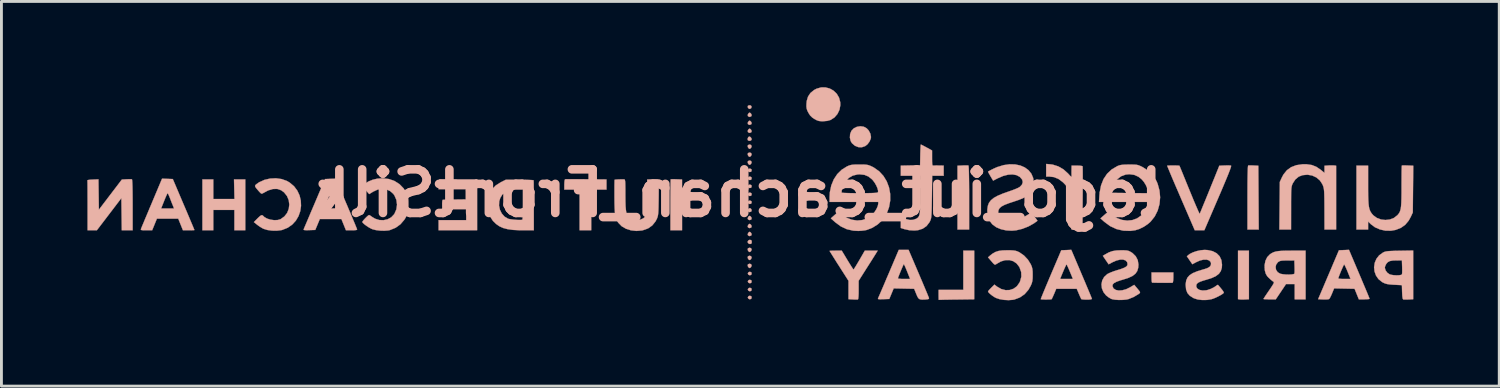
<source format=kicad_pcb>
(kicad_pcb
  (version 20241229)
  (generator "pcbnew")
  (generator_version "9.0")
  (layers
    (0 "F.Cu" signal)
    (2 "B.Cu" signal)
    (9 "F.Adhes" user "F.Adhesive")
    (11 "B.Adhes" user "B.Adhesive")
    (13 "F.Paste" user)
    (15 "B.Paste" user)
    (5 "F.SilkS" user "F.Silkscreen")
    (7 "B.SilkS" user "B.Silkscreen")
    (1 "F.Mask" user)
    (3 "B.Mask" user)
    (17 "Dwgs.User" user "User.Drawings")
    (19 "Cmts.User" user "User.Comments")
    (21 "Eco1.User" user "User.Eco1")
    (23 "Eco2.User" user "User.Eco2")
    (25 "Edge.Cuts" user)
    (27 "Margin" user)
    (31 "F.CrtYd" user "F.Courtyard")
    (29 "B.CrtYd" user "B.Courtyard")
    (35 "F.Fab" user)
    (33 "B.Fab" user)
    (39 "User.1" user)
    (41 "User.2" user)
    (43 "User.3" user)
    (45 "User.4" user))
  (footprint "logo_iut_cachan_FrontSilk"
    (layer "F.Cu")
    (at 22.744 3.703)
    (property "Reference" "logo_iut_cachan_FrontSilk" (at 0 0 180) (layer "B.SilkS") (effects (font (size 1.524 1.524) (thickness 0.3)) (justify mirror)))
    (attr through_hole)
    (fp_poly (pts (xy 17.475 3.702) (xy 17.532 3.712) (xy 17.591 3.716) (xy 17.675 3.715) (xy 17.723 3.713) (xy 17.856 3.706) (xy 17.856 2.007) (xy 17.475 2.007) (xy 17.475 3.702)) (stroke (width 0.01) (type solid)) (fill yes) (layer "B.SilkS"))
    (fp_poly (pts (xy 0.359 -3.063) (xy 0.344 -3.05) (xy 0.34 -3.003) (xy 0.368 -2.961) (xy 0.406 -2.946) (xy 0.453 -2.966) (xy 0.467 -2.987) (xy 0.471 -3.042) (xy 0.432 -3.071) (xy 0.406 -3.073) (xy 0.359 -3.063)) (stroke (width 0.01) (type solid)) (fill yes) (layer "B.SilkS"))
    (fp_poly (pts (xy 0.369 -0.848) (xy 0.343 -0.807) (xy 0.343 -0.8) (xy 0.363 -0.758) (xy 0.406 -0.739) (xy 0.452 -0.749) (xy 0.473 -0.775) (xy 0.474 -0.824) (xy 0.463 -0.842) (xy 0.416 -0.862) (xy 0.369 -0.848)) (stroke (width 0.01) (type solid)) (fill yes) (layer "B.SilkS"))
    (fp_poly (pts (xy 0.369 -0.568) (xy 0.343 -0.528) (xy 0.343 -0.52) (xy 0.363 -0.478) (xy 0.406 -0.46) (xy 0.452 -0.469) (xy 0.473 -0.495) (xy 0.474 -0.544) (xy 0.463 -0.563) (xy 0.416 -0.583) (xy 0.369 -0.568)) (stroke (width 0.01) (type solid)) (fill yes) (layer "B.SilkS"))
    (fp_poly (pts (xy 0.369 -0.289) (xy 0.343 -0.249) (xy 0.343 -0.241) (xy 0.363 -0.199) (xy 0.406 -0.181) (xy 0.452 -0.19) (xy 0.473 -0.216) (xy 0.474 -0.265) (xy 0.463 -0.283) (xy 0.416 -0.303) (xy 0.369 -0.289)) (stroke (width 0.01) (type solid)) (fill yes) (layer "B.SilkS"))
    (fp_poly (pts (xy 0.369 -0.01) (xy 0.343 0.031) (xy 0.343 0.038) (xy 0.363 0.08) (xy 0.406 0.099) (xy 0.452 0.09) (xy 0.473 0.064) (xy 0.474 0.015) (xy 0.463 -0.004) (xy 0.416 -0.024) (xy 0.369 -0.01)) (stroke (width 0.01) (type solid)) (fill yes) (layer "B.SilkS"))
    (fp_poly (pts (xy 0.369 0.27) (xy 0.343 0.31) (xy 0.343 0.318) (xy 0.363 0.36) (xy 0.406 0.378) (xy 0.452 0.369) (xy 0.473 0.343) (xy 0.474 0.294) (xy 0.463 0.275) (xy 0.416 0.256) (xy 0.369 0.27)) (stroke (width 0.01) (type solid)) (fill yes) (layer "B.SilkS"))
    (fp_poly (pts (xy 0.369 2.759) (xy 0.343 2.799) (xy 0.343 2.807) (xy 0.363 2.849) (xy 0.406 2.867) (xy 0.452 2.858) (xy 0.473 2.832) (xy 0.474 2.783) (xy 0.463 2.765) (xy 0.416 2.745) (xy 0.369 2.759)) (stroke (width 0.01) (type solid)) (fill yes) (layer "B.SilkS"))
    (fp_poly (pts (xy 0.369 3.038) (xy 0.343 3.079) (xy 0.343 3.086) (xy 0.363 3.128) (xy 0.406 3.147) (xy 0.452 3.138) (xy 0.473 3.112) (xy 0.474 3.063) (xy 0.463 3.044) (xy 0.416 3.024) (xy 0.369 3.038)) (stroke (width 0.01) (type solid)) (fill yes) (layer "B.SilkS"))
    (fp_poly (pts (xy 0.369 3.318) (xy 0.343 3.358) (xy 0.343 3.366) (xy 0.363 3.408) (xy 0.406 3.426) (xy 0.452 3.417) (xy 0.473 3.391) (xy 0.474 3.342) (xy 0.463 3.323) (xy 0.416 3.304) (xy 0.369 3.318)) (stroke (width 0.01) (type solid)) (fill yes) (layer "B.SilkS"))
    (fp_poly (pts (xy 0.369 3.597) (xy 0.343 3.638) (xy 0.343 3.645) (xy 0.363 3.687) (xy 0.406 3.706) (xy 0.452 3.696) (xy 0.473 3.67) (xy 0.474 3.621) (xy 0.463 3.603) (xy 0.416 3.583) (xy 0.369 3.597)) (stroke (width 0.01) (type solid)) (fill yes) (layer "B.SilkS"))
    (fp_poly (pts (xy 0.357 1.654) (xy 0.335 1.699) (xy 0.335 1.71) (xy 0.361 1.754) (xy 0.41 1.776) (xy 0.458 1.768) (xy 0.465 1.762) (xy 0.481 1.718) (xy 0.476 1.666) (xy 0.457 1.638) (xy 0.405 1.629) (xy 0.357 1.654)) (stroke (width 0.01) (type solid)) (fill yes) (layer "B.SilkS"))
    (fp_poly (pts (xy 0.357 -1.685) (xy 0.339 -1.663) (xy 0.342 -1.617) (xy 0.369 -1.571) (xy 0.406 -1.549) (xy 0.406 -1.549) (xy 0.437 -1.567) (xy 0.457 -1.587) (xy 0.477 -1.64) (xy 0.456 -1.685) (xy 0.406 -1.702) (xy 0.357 -1.685)) (stroke (width 0.01) (type solid)) (fill yes) (layer "B.SilkS"))
    (fp_poly (pts (xy 0.357 -1.406) (xy 0.339 -1.384) (xy 0.342 -1.338) (xy 0.369 -1.291) (xy 0.406 -1.27) (xy 0.406 -1.27) (xy 0.437 -1.287) (xy 0.457 -1.308) (xy 0.477 -1.361) (xy 0.456 -1.405) (xy 0.406 -1.422) (xy 0.357 -1.406)) (stroke (width 0.01) (type solid)) (fill yes) (layer "B.SilkS"))
    (fp_poly (pts (xy 0.357 -1.127) (xy 0.339 -1.105) (xy 0.342 -1.058) (xy 0.369 -1.012) (xy 0.406 -0.991) (xy 0.406 -0.991) (xy 0.437 -1.008) (xy 0.457 -1.028) (xy 0.477 -1.082) (xy 0.456 -1.126) (xy 0.406 -1.143) (xy 0.357 -1.127)) (stroke (width 0.01) (type solid)) (fill yes) (layer "B.SilkS"))
    (fp_poly (pts (xy 0.357 1.921) (xy 0.339 1.943) (xy 0.342 1.99) (xy 0.369 2.036) (xy 0.406 2.057) (xy 0.406 2.057) (xy 0.437 2.04) (xy 0.457 2.02) (xy 0.477 1.966) (xy 0.456 1.922) (xy 0.406 1.905) (xy 0.357 1.921)) (stroke (width 0.01) (type solid)) (fill yes) (layer "B.SilkS"))
    (fp_poly (pts (xy 0.357 2.201) (xy 0.339 2.223) (xy 0.342 2.269) (xy 0.369 2.316) (xy 0.406 2.337) (xy 0.406 2.337) (xy 0.437 2.32) (xy 0.457 2.299) (xy 0.477 2.246) (xy 0.456 2.202) (xy 0.406 2.184) (xy 0.357 2.201)) (stroke (width 0.01) (type solid)) (fill yes) (layer "B.SilkS"))
    (fp_poly (pts (xy 0.357 2.48) (xy 0.339 2.502) (xy 0.342 2.549) (xy 0.369 2.595) (xy 0.406 2.616) (xy 0.406 2.616) (xy 0.437 2.599) (xy 0.457 2.578) (xy 0.477 2.525) (xy 0.456 2.481) (xy 0.406 2.464) (xy 0.357 2.48)) (stroke (width 0.01) (type solid)) (fill yes) (layer "B.SilkS"))
    (fp_poly (pts (xy 0.359 -1.96) (xy 0.338 -1.913) (xy 0.338 -1.864) (xy 0.343 -1.854) (xy 0.382 -1.831) (xy 0.434 -1.835) (xy 0.472 -1.863) (xy 0.474 -1.867) (xy 0.47 -1.918) (xy 0.436 -1.964) (xy 0.392 -1.981) (xy 0.359 -1.96)) (stroke (width 0.01) (type solid)) (fill yes) (layer "B.SilkS"))
    (fp_poly (pts (xy 0.379 0.535) (xy 0.369 0.542) (xy 0.337 0.588) (xy 0.346 0.633) (xy 0.39 0.659) (xy 0.406 0.66) (xy 0.456 0.643) (xy 0.474 0.62) (xy 0.471 0.571) (xy 0.453 0.544) (xy 0.418 0.521) (xy 0.379 0.535)) (stroke (width 0.01) (type solid)) (fill yes) (layer "B.SilkS"))
    (fp_poly (pts (xy 0.383 -2.806) (xy 0.365 -2.789) (xy 0.337 -2.736) (xy 0.35 -2.69) (xy 0.397 -2.667) (xy 0.406 -2.667) (xy 0.456 -2.684) (xy 0.474 -2.707) (xy 0.47 -2.755) (xy 0.448 -2.789) (xy 0.412 -2.817) (xy 0.383 -2.806)) (stroke (width 0.01) (type solid)) (fill yes) (layer "B.SilkS"))
    (fp_poly (pts (xy 0.383 -2.526) (xy 0.365 -2.509) (xy 0.337 -2.457) (xy 0.35 -2.411) (xy 0.397 -2.388) (xy 0.406 -2.388) (xy 0.456 -2.405) (xy 0.474 -2.428) (xy 0.47 -2.475) (xy 0.448 -2.509) (xy 0.412 -2.537) (xy 0.383 -2.526)) (stroke (width 0.01) (type solid)) (fill yes) (layer "B.SilkS"))
    (fp_poly (pts (xy 0.383 -2.247) (xy 0.365 -2.23) (xy 0.337 -2.178) (xy 0.35 -2.132) (xy 0.397 -2.109) (xy 0.406 -2.108) (xy 0.456 -2.125) (xy 0.474 -2.148) (xy 0.47 -2.196) (xy 0.448 -2.23) (xy 0.412 -2.258) (xy 0.383 -2.247)) (stroke (width 0.01) (type solid)) (fill yes) (layer "B.SilkS"))
    (fp_poly (pts (xy 0.383 0.801) (xy 0.365 0.818) (xy 0.337 0.87) (xy 0.35 0.916) (xy 0.397 0.939) (xy 0.406 0.94) (xy 0.456 0.923) (xy 0.474 0.9) (xy 0.47 0.852) (xy 0.448 0.818) (xy 0.412 0.79) (xy 0.383 0.801)) (stroke (width 0.01) (type solid)) (fill yes) (layer "B.SilkS"))
    (fp_poly (pts (xy 0.383 1.08) (xy 0.365 1.097) (xy 0.337 1.15) (xy 0.35 1.196) (xy 0.397 1.219) (xy 0.406 1.219) (xy 0.456 1.202) (xy 0.474 1.179) (xy 0.47 1.131) (xy 0.448 1.097) (xy 0.412 1.07) (xy 0.383 1.08)) (stroke (width 0.01) (type solid)) (fill yes) (layer "B.SilkS"))
    (fp_poly (pts (xy 0.383 1.36) (xy 0.365 1.377) (xy 0.337 1.429) (xy 0.35 1.475) (xy 0.397 1.498) (xy 0.406 1.499) (xy 0.456 1.481) (xy 0.474 1.459) (xy 0.47 1.411) (xy 0.448 1.377) (xy 0.412 1.349) (xy 0.383 1.36)) (stroke (width 0.01) (type solid)) (fill yes) (layer "B.SilkS"))
    (fp_poly (pts (xy -17.599 0.203) (xy -18.339 0.203) (xy -18.339 -0.483) (xy -18.72 -0.483) (xy -18.72 1.295) (xy -18.339 1.295) (xy -18.339 0.584) (xy -17.602 0.584) (xy -17.602 1.295) (xy -17.221 1.295) (xy -17.221 -0.483) (xy -17.615 -0.483) (xy -17.599 0.203)) (stroke (width 0.01) (type solid)) (fill yes) (layer "B.SilkS"))
    (fp_poly (pts (xy -2.313 -0.489) (xy -2.35 -0.486) (xy -2.352 -0.485) (xy -2.354 -0.458) (xy -2.356 -0.386) (xy -2.358 -0.275) (xy -2.36 -0.131) (xy -2.361 0.041) (xy -2.362 0.234) (xy -2.362 0.411) (xy -2.362 1.295) (xy -1.956 1.295) (xy -1.956 -0.479) (xy -2.149 -0.487) (xy -2.242 -0.49) (xy -2.313 -0.489)) (stroke (width 0.01) (type solid)) (fill yes) (layer "B.SilkS"))
    (fp_poly (pts (xy 7.852 -0.97) (xy 7.849 -0.969) (xy 7.671 -0.961) (xy 7.671 1.27) (xy 8.077 1.27) (xy 8.077 0.155) (xy 8.077 -0.131) (xy 8.075 -0.378) (xy 8.072 -0.586) (xy 8.069 -0.75) (xy 8.064 -0.871) (xy 8.058 -0.945) (xy 8.052 -0.969) (xy 8.016 -0.973) (xy 7.944 -0.973) (xy 7.852 -0.97)) (stroke (width 0.01) (type solid)) (fill yes) (layer "B.SilkS"))
    (fp_poly (pts (xy 7.874 3.378) (xy 7.01 3.378) (xy 7.01 3.556) (xy 7.011 3.643) (xy 7.013 3.704) (xy 7.016 3.728) (xy 7.017 3.728) (xy 7.043 3.726) (xy 7.113 3.724) (xy 7.219 3.721) (xy 7.356 3.719) (xy 7.515 3.716) (xy 7.639 3.715) (xy 8.255 3.707) (xy 8.255 2.007) (xy 7.874 2.007) (xy 7.874 3.378)) (stroke (width 0.01) (type solid)) (fill yes) (layer "B.SilkS"))
    (fp_poly (pts (xy 17.862 -0.972) (xy 17.83 -0.969) (xy 17.824 -0.942) (xy 17.818 -0.866) (xy 17.814 -0.743) (xy 17.81 -0.576) (xy 17.807 -0.366) (xy 17.806 -0.116) (xy 17.805 0.155) (xy 17.805 1.27) (xy 18.002 1.27) (xy 18.199 1.27) (xy 18.192 0.155) (xy 18.185 -0.961) (xy 18.02 -0.969) (xy 17.931 -0.973) (xy 17.862 -0.972)) (stroke (width 0.01) (type solid)) (fill yes) (layer "B.SilkS"))
    (fp_poly (pts (xy -5.927 -0.49) (xy -6.007 -0.489) (xy -6.044 -0.487) (xy -6.045 -0.487) (xy -6.058 -0.459) (xy -6.067 -0.394) (xy -6.071 -0.307) (xy -6.071 -0.303) (xy -6.071 -0.127) (xy -5.537 -0.127) (xy -5.537 1.295) (xy -5.131 1.295) (xy -5.131 -0.127) (xy -4.597 -0.127) (xy -4.597 -0.481) (xy -5.309 -0.488) (xy -5.494 -0.49) (xy -5.664 -0.491) (xy -5.81 -0.491) (xy -5.927 -0.49)) (stroke (width 0.01) (type solid)) (fill yes) (layer "B.SilkS"))
    (fp_poly (pts (xy 14.453 2.946) (xy 14.455 3.034) (xy 14.462 3.098) (xy 14.471 3.125) (xy 14.472 3.125) (xy 14.556 3.128) (xy 14.664 3.13) (xy 14.785 3.131) (xy 14.907 3.132) (xy 15.02 3.132) (xy 15.112 3.131) (xy 15.172 3.13) (xy 15.189 3.128) (xy 15.202 3.101) (xy 15.211 3.036) (xy 15.215 2.948) (xy 15.215 2.944) (xy 15.215 2.769) (xy 14.453 2.769) (xy 14.453 2.946)) (stroke (width 0.01) (type solid)) (fill yes) (layer "B.SilkS"))
    (fp_poly (pts (xy 4.156 -2.321) (xy 4.047 -2.268) (xy 3.965 -2.183) (xy 3.961 -2.177) (xy 3.918 -2.066) (xy 3.91 -1.943) (xy 3.936 -1.827) (xy 3.98 -1.751) (xy 4.087 -1.658) (xy 4.208 -1.61) (xy 4.335 -1.609) (xy 4.445 -1.647) (xy 4.526 -1.711) (xy 4.594 -1.803) (xy 4.638 -1.902) (xy 4.648 -1.963) (xy 4.625 -2.084) (xy 4.562 -2.199) (xy 4.497 -2.268) (xy 4.395 -2.324) (xy 4.276 -2.341) (xy 4.156 -2.321)) (stroke (width 0.01) (type solid)) (fill yes) (layer "B.SilkS"))
    (fp_poly (pts (xy -10.443 -0.469) (xy -10.453 -0.41) (xy -10.459 -0.326) (xy -10.459 -0.318) (xy -10.467 -0.14) (xy -9.512 -0.14) (xy -9.512 0.216) (xy -9.915 0.221) (xy -10.052 0.223) (xy -10.17 0.225) (xy -10.261 0.229) (xy -10.314 0.232) (xy -10.325 0.233) (xy -10.335 0.27) (xy -10.341 0.346) (xy -10.341 0.45) (xy -10.341 0.451) (xy -10.338 0.559) (xy -9.5 0.559) (xy -9.5 0.94) (xy -10.465 0.94) (xy -10.465 1.295) (xy -9.119 1.295) (xy -9.119 -0.483) (xy -9.766 -0.483) (xy -9.943 -0.483) (xy -10.103 -0.484) (xy -10.239 -0.485) (xy -10.344 -0.486) (xy -10.411 -0.487) (xy -10.433 -0.489) (xy -10.443 -0.469)) (stroke (width 0.01) (type solid)) (fill yes) (layer "B.SilkS"))
    (fp_poly (pts (xy 2.9 -3.697) (xy 2.743 -3.652) (xy 2.659 -3.607) (xy 2.531 -3.503) (xy 2.447 -3.376) (xy 2.401 -3.222) (xy 2.393 -3.137) (xy 2.39 -3.034) (xy 2.399 -2.958) (xy 2.423 -2.886) (xy 2.456 -2.819) (xy 2.519 -2.719) (xy 2.595 -2.645) (xy 2.667 -2.597) (xy 2.755 -2.549) (xy 2.83 -2.524) (xy 2.919 -2.516) (xy 2.971 -2.515) (xy 3.12 -2.528) (xy 3.24 -2.562) (xy 3.24 -2.563) (xy 3.372 -2.649) (xy 3.476 -2.771) (xy 3.546 -2.917) (xy 3.576 -3.078) (xy 3.573 -3.178) (xy 3.531 -3.34) (xy 3.45 -3.477) (xy 3.339 -3.584) (xy 3.206 -3.659) (xy 3.057 -3.698) (xy 2.9 -3.697)) (stroke (width 0.01) (type solid)) (fill yes) (layer "B.SilkS"))
    (fp_poly (pts (xy -21.291 -0.49) (xy -21.372 -0.487) (xy -21.535 -0.478) (xy -21.937 0.049) (xy -22.339 0.577) (xy -22.353 -0.485) (xy -22.549 -0.477) (xy -22.641 -0.472) (xy -22.708 -0.463) (xy -22.739 -0.453) (xy -22.739 -0.451) (xy -22.738 -0.422) (xy -22.736 -0.348) (xy -22.735 -0.235) (xy -22.734 -0.09) (xy -22.734 0.082) (xy -22.733 0.275) (xy -22.733 0.432) (xy -22.733 1.295) (xy -22.409 1.295) (xy -21.98 0.733) (xy -21.552 0.171) (xy -21.545 0.733) (xy -21.538 1.295) (xy -21.158 1.295) (xy -21.158 0.409) (xy -21.159 0.158) (xy -21.161 -0.055) (xy -21.164 -0.228) (xy -21.169 -0.36) (xy -21.175 -0.446) (xy -21.181 -0.485) (xy -21.183 -0.487) (xy -21.22 -0.49) (xy -21.291 -0.49)) (stroke (width 0.01) (type solid)) (fill yes) (layer "B.SilkS"))
    (fp_poly (pts (xy 3.316 2.008) (xy 3.242 2.011) (xy 3.204 2.015) (xy 3.2 2.016) (xy 3.213 2.04) (xy 3.25 2.099) (xy 3.307 2.19) (xy 3.38 2.306) (xy 3.465 2.441) (xy 3.531 2.543) (xy 3.861 3.06) (xy 3.861 3.704) (xy 4.014 3.712) (xy 4.099 3.716) (xy 4.165 3.715) (xy 4.191 3.713) (xy 4.202 3.685) (xy 4.21 3.614) (xy 4.215 3.509) (xy 4.216 3.382) (xy 4.216 3.06) (xy 4.49 2.628) (xy 4.578 2.49) (xy 4.661 2.36) (xy 4.732 2.247) (xy 4.787 2.159) (xy 4.821 2.105) (xy 4.823 2.102) (xy 4.881 2.007) (xy 4.432 2.007) (xy 4.242 2.336) (xy 4.174 2.451) (xy 4.115 2.549) (xy 4.07 2.621) (xy 4.042 2.661) (xy 4.037 2.666) (xy 4.02 2.646) (xy 3.981 2.589) (xy 3.927 2.504) (xy 3.861 2.398) (xy 3.824 2.337) (xy 3.625 2.007) (xy 3.413 2.007) (xy 3.316 2.008)) (stroke (width 0.01) (type solid)) (fill yes) (layer "B.SilkS"))
    (fp_poly (pts (xy 10.77 -0.584) (xy 10.867 -0.584) (xy 11.044 -0.563) (xy 11.205 -0.496) (xy 11.356 -0.382) (xy 11.382 -0.357) (xy 11.463 -0.27) (xy 11.517 -0.195) (xy 11.556 -0.111) (xy 11.58 -0.036) (xy 11.605 0.049) (xy 11.623 0.127) (xy 11.637 0.208) (xy 11.646 0.3) (xy 11.652 0.413) (xy 11.655 0.555) (xy 11.657 0.735) (xy 11.657 0.819) (xy 11.659 1.27) (xy 12.039 1.27) (xy 12.045 0.178) (xy 12.047 -0.053) (xy 12.047 -0.269) (xy 12.048 -0.464) (xy 12.048 -0.633) (xy 12.047 -0.77) (xy 12.046 -0.87) (xy 12.045 -0.928) (xy 12.044 -0.94) (xy 12.016 -0.952) (xy 11.951 -0.961) (xy 11.862 -0.965) (xy 11.847 -0.965) (xy 11.659 -0.965) (xy 11.656 -0.819) (xy 11.655 -0.726) (xy 11.656 -0.645) (xy 11.658 -0.61) (xy 11.656 -0.582) (xy 11.642 -0.581) (xy 11.608 -0.609) (xy 11.55 -0.672) (xy 11.533 -0.691) (xy 11.374 -0.834) (xy 11.193 -0.938) (xy 11 -0.999) (xy 10.925 -1.009) (xy 10.77 -1.023) (xy 10.77 -0.584)) (stroke (width 0.01) (type solid)) (fill yes) (layer "B.SilkS"))
    (fp_poly (pts (xy -20.491 0.349) (xy -20.574 0.546) (xy -20.651 0.73) (xy -20.721 0.895) (xy -20.779 1.035) (xy -20.825 1.144) (xy -20.855 1.218) (xy -20.868 1.251) (xy -20.871 1.273) (xy -20.855 1.286) (xy -20.81 1.293) (xy -20.727 1.295) (xy -20.68 1.295) (xy -20.476 1.295) (xy -20.31 0.889) (xy -19.564 0.889) (xy -19.482 1.092) (xy -19.4 1.295) (xy -19.2 1.295) (xy -19.106 1.294) (xy -19.036 1.292) (xy -19.001 1.288) (xy -18.999 1.286) (xy -19.009 1.262) (xy -19.036 1.196) (xy -19.079 1.093) (xy -19.136 0.959) (xy -19.203 0.799) (xy -19.28 0.618) (xy -19.316 0.533) (xy -19.711 0.533) (xy -20.163 0.533) (xy -20.057 0.267) (xy -20.014 0.161) (xy -19.976 0.075) (xy -19.949 0.018) (xy -19.936 0.000211) (xy -19.919 0.022) (xy -19.892 0.078) (xy -19.869 0.133) (xy -19.827 0.241) (xy -19.782 0.357) (xy -19.764 0.4) (xy -19.711 0.533) (xy -19.316 0.533) (xy -19.364 0.421) (xy -19.377 0.391) (xy -19.754 -0.495) (xy -19.942 -0.502) (xy -20.13 -0.509) (xy -20.491 0.349)) (stroke (width 0.01) (type solid)) (fill yes) (layer "B.SilkS"))
    (fp_poly (pts (xy 19.725 -1.011) (xy 19.512 -0.98) (xy 19.331 -0.91) (xy 19.182 -0.802) (xy 19.063 -0.654) (xy 19.009 -0.553) (xy 18.936 -0.394) (xy 18.928 0.438) (xy 18.92 1.27) (xy 19.329 1.27) (xy 19.33 0.527) (xy 19.33 0.313) (xy 19.331 0.143) (xy 19.332 0.012) (xy 19.335 -0.088) (xy 19.34 -0.163) (xy 19.347 -0.219) (xy 19.357 -0.263) (xy 19.37 -0.301) (xy 19.387 -0.339) (xy 19.39 -0.346) (xy 19.479 -0.482) (xy 19.597 -0.579) (xy 19.731 -0.631) (xy 19.903 -0.647) (xy 20.067 -0.619) (xy 20.214 -0.551) (xy 20.336 -0.447) (xy 20.418 -0.323) (xy 20.44 -0.277) (xy 20.456 -0.233) (xy 20.469 -0.184) (xy 20.479 -0.125) (xy 20.486 -0.048) (xy 20.49 0.052) (xy 20.493 0.183) (xy 20.495 0.35) (xy 20.496 0.56) (xy 20.496 0.603) (xy 20.498 1.27) (xy 20.904 1.27) (xy 20.904 -0.962) (xy 20.834 -0.97) (xy 20.768 -0.973) (xy 20.677 -0.972) (xy 20.631 -0.969) (xy 20.498 -0.96) (xy 20.498 -0.711) (xy 20.358 -0.825) (xy 20.211 -0.924) (xy 20.056 -0.985) (xy 19.88 -1.011) (xy 19.725 -1.011)) (stroke (width 0.01) (type solid)) (fill yes) (layer "B.SilkS"))
    (fp_poly (pts (xy 21.177 1.987) (xy 21.002 1.994) (xy 20.786 2.502) (xy 20.711 2.68) (xy 20.63 2.87) (xy 20.551 3.055) (xy 20.48 3.223) (xy 20.423 3.357) (xy 20.275 3.704) (xy 20.454 3.713) (xy 20.547 3.714) (xy 20.622 3.708) (xy 20.662 3.696) (xy 20.662 3.696) (xy 20.686 3.661) (xy 20.721 3.593) (xy 20.76 3.506) (xy 20.763 3.498) (xy 20.834 3.326) (xy 21.191 3.333) (xy 21.549 3.34) (xy 21.698 3.708) (xy 21.885 3.708) (xy 21.975 3.706) (xy 22.042 3.7) (xy 22.072 3.692) (xy 22.073 3.69) (xy 22.063 3.663) (xy 22.036 3.595) (xy 21.993 3.491) (xy 21.937 3.356) (xy 21.869 3.196) (xy 21.793 3.016) (xy 21.786 2.997) (xy 21.408 2.997) (xy 21.194 2.997) (xy 21.097 2.995) (xy 21.023 2.99) (xy 20.984 2.982) (xy 20.98 2.979) (xy 20.989 2.943) (xy 21.013 2.876) (xy 21.047 2.79) (xy 21.085 2.697) (xy 21.124 2.609) (xy 21.156 2.538) (xy 21.179 2.496) (xy 21.185 2.489) (xy 21.201 2.511) (xy 21.231 2.571) (xy 21.271 2.659) (xy 21.306 2.743) (xy 21.408 2.997) (xy 21.786 2.997) (xy 21.713 2.826) (xy 21.353 1.979) (xy 21.177 1.987)) (stroke (width 0.01) (type solid)) (fill yes) (layer "B.SilkS"))
    (fp_poly (pts (xy 23.24 -0.972) (xy 23.203 -0.968) (xy 23.201 -0.967) (xy 23.198 -0.94) (xy 23.196 -0.869) (xy 23.193 -0.76) (xy 23.192 -0.619) (xy 23.191 -0.454) (xy 23.19 -0.271) (xy 23.19 -0.24) (xy 23.19 -0.006) (xy 23.187 0.184) (xy 23.182 0.334) (xy 23.174 0.453) (xy 23.161 0.544) (xy 23.142 0.616) (xy 23.118 0.673) (xy 23.086 0.721) (xy 23.047 0.767) (xy 23.043 0.771) (xy 22.924 0.864) (xy 22.782 0.918) (xy 22.628 0.936) (xy 22.473 0.918) (xy 22.329 0.864) (xy 22.206 0.775) (xy 22.159 0.722) (xy 22.12 0.668) (xy 22.09 0.611) (xy 22.066 0.546) (xy 22.049 0.466) (xy 22.037 0.365) (xy 22.029 0.236) (xy 22.024 0.073) (xy 22.022 -0.13) (xy 22.022 -0.283) (xy 22.022 -0.965) (xy 21.615 -0.965) (xy 21.615 1.27) (xy 22.022 1.27) (xy 22.022 0.988) (xy 22.117 1.082) (xy 22.261 1.19) (xy 22.435 1.266) (xy 22.626 1.308) (xy 22.822 1.311) (xy 22.985 1.282) (xy 23.168 1.21) (xy 23.317 1.105) (xy 23.438 0.961) (xy 23.513 0.826) (xy 23.584 0.673) (xy 23.592 -0.144) (xy 23.6 -0.961) (xy 23.405 -0.969) (xy 23.312 -0.972) (xy 23.24 -0.972)) (stroke (width 0.01) (type solid)) (fill yes) (layer "B.SilkS"))
    (fp_poly (pts (xy 5.27 2.8) (xy 5.187 2.993) (xy 5.111 3.173) (xy 5.042 3.333) (xy 4.984 3.468) (xy 4.939 3.572) (xy 4.909 3.64) (xy 4.898 3.665) (xy 4.89 3.687) (xy 4.901 3.7) (xy 4.939 3.706) (xy 5.015 3.705) (xy 5.08 3.703) (xy 5.287 3.696) (xy 5.441 3.326) (xy 5.799 3.333) (xy 6.156 3.34) (xy 6.23 3.522) (xy 6.271 3.617) (xy 6.309 3.676) (xy 6.357 3.708) (xy 6.427 3.718) (xy 6.532 3.715) (xy 6.562 3.713) (xy 6.636 3.705) (xy 6.67 3.691) (xy 6.675 3.666) (xy 6.674 3.662) (xy 6.661 3.63) (xy 6.631 3.556) (xy 6.586 3.447) (xy 6.527 3.308) (xy 6.459 3.145) (xy 6.396 2.997) (xy 6.015 2.997) (xy 5.801 2.997) (xy 5.705 2.995) (xy 5.631 2.989) (xy 5.591 2.979) (xy 5.588 2.976) (xy 5.597 2.945) (xy 5.622 2.88) (xy 5.656 2.794) (xy 5.695 2.699) (xy 5.734 2.607) (xy 5.766 2.533) (xy 5.788 2.487) (xy 5.793 2.479) (xy 5.806 2.496) (xy 5.834 2.552) (xy 5.871 2.638) (xy 5.91 2.733) (xy 6.015 2.997) (xy 6.396 2.997) (xy 6.381 2.963) (xy 6.312 2.8) (xy 5.962 1.981) (xy 5.618 1.981) (xy 5.27 2.8)) (stroke (width 0.01) (type solid)) (fill yes) (layer "B.SilkS"))
    (fp_poly (pts (xy 11.473 1.987) (xy 11.298 1.994) (xy 10.935 2.845) (xy 10.853 3.039) (xy 10.777 3.219) (xy 10.711 3.378) (xy 10.656 3.511) (xy 10.614 3.614) (xy 10.589 3.68) (xy 10.581 3.705) (xy 10.581 3.705) (xy 10.61 3.711) (xy 10.674 3.714) (xy 10.756 3.715) (xy 10.841 3.714) (xy 10.913 3.711) (xy 10.956 3.706) (xy 10.961 3.703) (xy 10.977 3.675) (xy 11.006 3.612) (xy 11.043 3.528) (xy 11.049 3.515) (xy 11.122 3.34) (xy 11.839 3.34) (xy 11.913 3.515) (xy 11.95 3.601) (xy 11.981 3.667) (xy 11.998 3.701) (xy 11.999 3.702) (xy 12.031 3.71) (xy 12.096 3.716) (xy 12.177 3.719) (xy 12.257 3.717) (xy 12.313 3.713) (xy 12.357 3.702) (xy 12.37 3.691) (xy 12.36 3.666) (xy 12.333 3.599) (xy 12.29 3.495) (xy 12.234 3.361) (xy 12.167 3.202) (xy 12.091 3.022) (xy 12.08 2.997) (xy 11.705 2.997) (xy 11.256 2.997) (xy 11.361 2.743) (xy 11.405 2.64) (xy 11.443 2.557) (xy 11.47 2.504) (xy 11.481 2.489) (xy 11.496 2.511) (xy 11.525 2.571) (xy 11.564 2.658) (xy 11.6 2.743) (xy 11.705 2.997) (xy 12.08 2.997) (xy 12.009 2.829) (xy 11.648 1.979) (xy 11.473 1.987)) (stroke (width 0.01) (type solid)) (fill yes) (layer "B.SilkS"))
    (fp_poly (pts (xy 6.385 -1.678) (xy 6.38 -1.612) (xy 6.375 -1.514) (xy 6.371 -1.392) (xy 6.37 -1.34) (xy 6.363 -0.978) (xy 5.69 -0.964) (xy 5.69 -0.61) (xy 6.375 -0.61) (xy 6.374 0.032) (xy 6.373 0.254) (xy 6.37 0.432) (xy 6.364 0.571) (xy 6.355 0.675) (xy 6.34 0.753) (xy 6.32 0.808) (xy 6.293 0.847) (xy 6.259 0.875) (xy 6.223 0.895) (xy 6.116 0.932) (xy 6.001 0.934) (xy 5.864 0.903) (xy 5.829 0.891) (xy 5.69 0.842) (xy 5.69 1.215) (xy 5.81 1.254) (xy 5.985 1.293) (xy 6.167 1.303) (xy 6.291 1.292) (xy 6.455 1.24) (xy 6.589 1.147) (xy 6.691 1.014) (xy 6.722 0.953) (xy 6.736 0.916) (xy 6.747 0.871) (xy 6.755 0.811) (xy 6.762 0.73) (xy 6.767 0.622) (xy 6.771 0.48) (xy 6.774 0.298) (xy 6.777 0.121) (xy 6.786 -0.61) (xy 7.188 -0.61) (xy 7.188 -0.965) (xy 7.029 -0.968) (xy 6.938 -0.969) (xy 6.863 -0.968) (xy 6.826 -0.967) (xy 6.806 -0.969) (xy 6.793 -0.988) (xy 6.786 -1.032) (xy 6.783 -1.11) (xy 6.782 -1.228) (xy 6.782 -1.494) (xy 6.592 -1.598) (xy 6.505 -1.645) (xy 6.436 -1.681) (xy 6.395 -1.7) (xy 6.39 -1.702) (xy 6.385 -1.678)) (stroke (width 0.01) (type solid)) (fill yes) (layer "B.SilkS"))
    (fp_poly (pts (xy 23.12 2.011) (xy 22.951 2.014) (xy 22.823 2.019) (xy 22.73 2.024) (xy 22.662 2.033) (xy 22.611 2.044) (xy 22.569 2.061) (xy 22.539 2.076) (xy 22.407 2.172) (xy 22.312 2.294) (xy 22.253 2.434) (xy 22.231 2.584) (xy 22.246 2.734) (xy 22.297 2.876) (xy 22.384 3.002) (xy 22.508 3.102) (xy 22.541 3.121) (xy 22.611 3.153) (xy 22.685 3.174) (xy 22.777 3.188) (xy 22.902 3.198) (xy 22.935 3.199) (xy 23.203 3.213) (xy 23.21 3.458) (xy 23.217 3.592) (xy 23.229 3.676) (xy 23.246 3.711) (xy 23.248 3.712) (xy 23.289 3.716) (xy 23.362 3.716) (xy 23.438 3.714) (xy 23.597 3.706) (xy 23.597 2.679) (xy 23.213 2.679) (xy 23.212 2.767) (xy 23.208 2.824) (xy 23.205 2.835) (xy 23.173 2.855) (xy 23.105 2.867) (xy 23.016 2.87) (xy 22.919 2.865) (xy 22.829 2.851) (xy 22.772 2.834) (xy 22.694 2.78) (xy 22.634 2.699) (xy 22.607 2.611) (xy 22.606 2.598) (xy 22.619 2.547) (xy 22.65 2.481) (xy 22.656 2.471) (xy 22.707 2.411) (xy 22.779 2.372) (xy 22.882 2.352) (xy 23.024 2.347) (xy 23.038 2.347) (xy 23.203 2.349) (xy 23.211 2.574) (xy 23.213 2.679) (xy 23.597 2.679) (xy 23.597 2.003) (xy 23.12 2.011)) (stroke (width 0.01) (type solid)) (fill yes) (layer "B.SilkS"))
    (fp_poly (pts (xy 17.021 -0.97) (xy 17.01 -0.97) (xy 16.821 -0.961) (xy 16.784 -0.868) (xy 16.731 -0.737) (xy 16.67 -0.585) (xy 16.602 -0.418) (xy 16.53 -0.241) (xy 16.458 -0.063) (xy 16.387 0.112) (xy 16.32 0.276) (xy 16.259 0.423) (xy 16.208 0.548) (xy 16.169 0.643) (xy 16.144 0.703) (xy 16.136 0.72) (xy 16.124 0.702) (xy 16.095 0.643) (xy 16.052 0.546) (xy 15.996 0.417) (xy 15.93 0.262) (xy 15.857 0.085) (xy 15.779 -0.105) (xy 15.699 -0.3) (xy 15.626 -0.48) (xy 15.561 -0.639) (xy 15.507 -0.772) (xy 15.465 -0.873) (xy 15.438 -0.938) (xy 15.428 -0.961) (xy 15.401 -0.965) (xy 15.336 -0.968) (xy 15.245 -0.97) (xy 15.215 -0.97) (xy 15.118 -0.969) (xy 15.044 -0.966) (xy 15.004 -0.963) (xy 15 -0.961) (xy 15.008 -0.937) (xy 15.035 -0.871) (xy 15.078 -0.767) (xy 15.135 -0.63) (xy 15.205 -0.464) (xy 15.286 -0.275) (xy 15.376 -0.067) (xy 15.472 0.157) (xy 15.478 0.171) (xy 15.964 1.295) (xy 16.131 1.295) (xy 16.298 1.295) (xy 16.782 0.171) (xy 16.903 -0.11) (xy 17.003 -0.348) (xy 17.085 -0.544) (xy 17.148 -0.699) (xy 17.193 -0.817) (xy 17.222 -0.899) (xy 17.234 -0.948) (xy 17.232 -0.965) (xy 17.192 -0.97) (xy 17.116 -0.972) (xy 17.021 -0.97)) (stroke (width 0.01) (type solid)) (fill yes) (layer "B.SilkS"))
    (fp_poly (pts (xy -16.354 -0.512) (xy -16.553 -0.466) (xy -16.734 -0.385) (xy -16.825 -0.322) (xy -16.863 -0.29) (xy -16.879 -0.261) (xy -16.873 -0.226) (xy -16.839 -0.177) (xy -16.777 -0.103) (xy -16.742 -0.063) (xy -16.689 -0.007) (xy -16.655 0.016) (xy -16.624 0.011) (xy -16.602 -0.001) (xy -16.422 -0.098) (xy -16.255 -0.148) (xy -16.103 -0.15) (xy -15.966 -0.103) (xy -15.866 -0.03) (xy -15.764 0.098) (xy -15.703 0.243) (xy -15.683 0.396) (xy -15.702 0.547) (xy -15.759 0.689) (xy -15.854 0.811) (xy -15.984 0.905) (xy -15.987 0.907) (xy -16.088 0.937) (xy -16.212 0.942) (xy -16.342 0.924) (xy -16.462 0.886) (xy -16.555 0.832) (xy -16.583 0.804) (xy -16.618 0.772) (xy -16.654 0.768) (xy -16.702 0.795) (xy -16.77 0.857) (xy -16.799 0.886) (xy -16.921 1.009) (xy -16.808 1.101) (xy -16.72 1.165) (xy -16.622 1.224) (xy -16.579 1.245) (xy -16.448 1.285) (xy -16.289 1.307) (xy -16.123 1.31) (xy -15.97 1.292) (xy -15.926 1.282) (xy -15.737 1.206) (xy -15.579 1.095) (xy -15.453 0.957) (xy -15.36 0.798) (xy -15.299 0.624) (xy -15.273 0.442) (xy -15.281 0.258) (xy -15.324 0.078) (xy -15.403 -0.091) (xy -15.517 -0.243) (xy -15.669 -0.371) (xy -15.766 -0.428) (xy -15.948 -0.494) (xy -16.148 -0.522) (xy -16.354 -0.512)) (stroke (width 0.01) (type solid)) (fill yes) (layer "B.SilkS"))
    (fp_poly (pts (xy -8.286 -0.386) (xy -8.466 -0.273) (xy -8.604 -0.131) (xy -8.699 0.039) (xy -8.752 0.237) (xy -8.763 0.394) (xy -8.742 0.606) (xy -8.679 0.793) (xy -8.573 0.956) (xy -8.559 0.973) (xy -8.455 1.075) (xy -8.341 1.155) (xy -8.21 1.215) (xy -8.054 1.256) (xy -7.866 1.282) (xy -7.639 1.294) (xy -7.512 1.295) (xy -7.137 1.295) (xy -7.137 0.432) (xy -7.138 0.227) (xy -7.138 0.039) (xy -7.139 -0.127) (xy -7.518 -0.127) (xy -7.518 0.389) (xy -7.519 0.547) (xy -7.522 0.686) (xy -7.525 0.801) (xy -7.53 0.882) (xy -7.536 0.922) (xy -7.537 0.924) (xy -7.572 0.933) (xy -7.643 0.935) (xy -7.737 0.932) (xy -7.838 0.924) (xy -7.935 0.912) (xy -8.011 0.898) (xy -8.039 0.89) (xy -8.161 0.817) (xy -8.257 0.709) (xy -8.322 0.577) (xy -8.353 0.431) (xy -8.346 0.282) (xy -8.309 0.165) (xy -8.236 0.045) (xy -8.14 -0.04) (xy -8.016 -0.095) (xy -7.856 -0.122) (xy -7.735 -0.127) (xy -7.518 -0.127) (xy -7.139 -0.127) (xy -7.139 -0.128) (xy -7.14 -0.266) (xy -7.141 -0.37) (xy -7.143 -0.433) (xy -7.144 -0.451) (xy -7.17 -0.457) (xy -7.239 -0.462) (xy -7.343 -0.466) (xy -7.474 -0.469) (xy -7.624 -0.47) (xy -7.633 -0.47) (xy -8.117 -0.47) (xy -8.286 -0.386)) (stroke (width 0.01) (type solid)) (fill yes) (layer "B.SilkS"))
    (fp_poly (pts (xy -14.436 -0.495) (xy -14.543 -0.241) (xy -14.584 -0.145) (xy -14.64 -0.013) (xy -14.707 0.146) (xy -14.782 0.322) (xy -14.859 0.504) (xy -14.91 0.622) (xy -14.98 0.788) (xy -15.044 0.939) (xy -15.099 1.068) (xy -15.143 1.171) (xy -15.171 1.238) (xy -15.182 1.265) (xy -15.178 1.281) (xy -15.144 1.29) (xy -15.072 1.292) (xy -14.985 1.29) (xy -14.775 1.283) (xy -14.695 1.092) (xy -14.616 0.902) (xy -13.862 0.902) (xy -13.783 1.098) (xy -13.703 1.295) (xy -13.505 1.295) (xy -13.401 1.293) (xy -13.34 1.286) (xy -13.315 1.273) (xy -13.314 1.262) (xy -13.326 1.231) (xy -13.355 1.16) (xy -13.399 1.052) (xy -13.457 0.914) (xy -13.525 0.75) (xy -13.603 0.567) (xy -13.622 0.521) (xy -14.021 0.521) (xy -14.044 0.527) (xy -14.107 0.531) (xy -14.197 0.533) (xy -14.237 0.533) (xy -14.334 0.531) (xy -14.409 0.525) (xy -14.449 0.517) (xy -14.453 0.513) (xy -14.443 0.479) (xy -14.419 0.411) (xy -14.385 0.323) (xy -14.346 0.227) (xy -14.308 0.136) (xy -14.275 0.064) (xy -14.254 0.022) (xy -14.251 0.018) (xy -14.237 0.034) (xy -14.208 0.085) (xy -14.17 0.161) (xy -14.128 0.251) (xy -14.087 0.343) (xy -14.052 0.427) (xy -14.028 0.49) (xy -14.021 0.521) (xy -13.622 0.521) (xy -13.686 0.37) (xy -13.691 0.36) (xy -14.059 -0.509) (xy -14.436 -0.495)) (stroke (width 0.01) (type solid)) (fill yes) (layer "B.SilkS"))
    (fp_poly (pts (xy -12.605 -0.509) (xy -12.767 -0.471) (xy -12.914 -0.412) (xy -13.032 -0.339) (xy -13.074 -0.301) (xy -13.13 -0.24) (xy -13.01 -0.105) (xy -12.89 0.031) (xy -12.755 -0.053) (xy -12.6 -0.125) (xy -12.444 -0.152) (xy -12.296 -0.136) (xy -12.162 -0.077) (xy -12.049 0.021) (xy -12.007 0.08) (xy -11.94 0.234) (xy -11.918 0.4) (xy -11.941 0.565) (xy -12.009 0.72) (xy -12.021 0.738) (xy -12.12 0.842) (xy -12.246 0.911) (xy -12.389 0.943) (xy -12.538 0.937) (xy -12.684 0.891) (xy -12.786 0.83) (xy -12.845 0.788) (xy -12.887 0.764) (xy -12.896 0.762) (xy -12.926 0.779) (xy -12.976 0.823) (xy -13.034 0.881) (xy -13.087 0.94) (xy -13.123 0.986) (xy -13.132 1.005) (xy -13.111 1.038) (xy -13.058 1.086) (xy -12.983 1.142) (xy -12.9 1.196) (xy -12.819 1.24) (xy -12.774 1.259) (xy -12.655 1.289) (xy -12.51 1.307) (xy -12.36 1.311) (xy -12.227 1.301) (xy -12.165 1.288) (xy -11.967 1.207) (xy -11.799 1.086) (xy -11.66 0.924) (xy -11.589 0.806) (xy -11.558 0.74) (xy -11.537 0.679) (xy -11.526 0.61) (xy -11.521 0.517) (xy -11.52 0.406) (xy -11.521 0.276) (xy -11.528 0.181) (xy -11.541 0.108) (xy -11.565 0.042) (xy -11.577 0.015) (xy -11.688 -0.169) (xy -11.832 -0.317) (xy -12.005 -0.427) (xy -12.201 -0.496) (xy -12.416 -0.522) (xy -12.605 -0.509)) (stroke (width 0.01) (type solid)) (fill yes) (layer "B.SilkS"))
    (fp_poly (pts (xy 9.24 1.999) (xy 9.106 2.018) (xy 8.996 2.054) (xy 8.895 2.112) (xy 8.82 2.17) (xy 8.738 2.24) (xy 8.856 2.378) (xy 8.918 2.449) (xy 8.958 2.487) (xy 8.986 2.497) (xy 9.014 2.486) (xy 9.027 2.476) (xy 9.181 2.387) (xy 9.335 2.34) (xy 9.483 2.337) (xy 9.619 2.375) (xy 9.737 2.455) (xy 9.829 2.574) (xy 9.84 2.595) (xy 9.897 2.756) (xy 9.903 2.914) (xy 9.86 3.075) (xy 9.836 3.126) (xy 9.748 3.251) (xy 9.632 3.337) (xy 9.498 3.383) (xy 9.352 3.388) (xy 9.203 3.35) (xy 9.058 3.268) (xy 9.052 3.263) (xy 8.962 3.194) (xy 8.85 3.304) (xy 8.791 3.365) (xy 8.75 3.413) (xy 8.738 3.435) (xy 8.758 3.47) (xy 8.81 3.52) (xy 8.881 3.577) (xy 8.961 3.63) (xy 9.017 3.66) (xy 9.141 3.702) (xy 9.293 3.728) (xy 9.454 3.737) (xy 9.602 3.726) (xy 9.659 3.715) (xy 9.853 3.642) (xy 10.016 3.529) (xy 10.149 3.376) (xy 10.233 3.227) (xy 10.267 3.145) (xy 10.287 3.068) (xy 10.297 2.975) (xy 10.299 2.857) (xy 10.297 2.736) (xy 10.288 2.647) (xy 10.269 2.572) (xy 10.236 2.492) (xy 10.232 2.484) (xy 10.131 2.321) (xy 9.995 2.177) (xy 9.839 2.068) (xy 9.817 2.057) (xy 9.753 2.028) (xy 9.692 2.01) (xy 9.619 2) (xy 9.521 1.995) (xy 9.411 1.994) (xy 9.24 1.999)) (stroke (width 0.01) (type solid)) (fill yes) (layer "B.SilkS"))
    (fp_poly (pts (xy 19.161 2.008) (xy 19.007 2.013) (xy 18.887 2.023) (xy 18.793 2.039) (xy 18.716 2.063) (xy 18.649 2.097) (xy 18.591 2.135) (xy 18.497 2.232) (xy 18.434 2.361) (xy 18.404 2.513) (xy 18.41 2.678) (xy 18.417 2.717) (xy 18.447 2.819) (xy 18.495 2.899) (xy 18.552 2.959) (xy 18.618 3.02) (xy 18.678 3.069) (xy 18.706 3.088) (xy 18.724 3.102) (xy 18.729 3.122) (xy 18.718 3.155) (xy 18.687 3.209) (xy 18.634 3.291) (xy 18.56 3.4) (xy 18.488 3.505) (xy 18.428 3.594) (xy 18.386 3.66) (xy 18.365 3.694) (xy 18.364 3.696) (xy 18.388 3.702) (xy 18.45 3.706) (xy 18.54 3.708) (xy 18.58 3.708) (xy 18.795 3.708) (xy 18.974 3.442) (xy 19.153 3.175) (xy 19.456 3.175) (xy 19.456 3.708) (xy 19.837 3.708) (xy 19.837 2.666) (xy 19.453 2.666) (xy 19.452 2.75) (xy 19.447 2.803) (xy 19.446 2.811) (xy 19.415 2.828) (xy 19.347 2.839) (xy 19.255 2.844) (xy 19.153 2.842) (xy 19.053 2.833) (xy 18.97 2.818) (xy 18.948 2.812) (xy 18.86 2.759) (xy 18.806 2.679) (xy 18.788 2.587) (xy 18.808 2.494) (xy 18.868 2.413) (xy 18.882 2.402) (xy 18.923 2.377) (xy 18.973 2.361) (xy 19.044 2.353) (xy 19.149 2.35) (xy 19.198 2.35) (xy 19.444 2.349) (xy 19.451 2.563) (xy 19.453 2.666) (xy 19.837 2.666) (xy 19.837 2.007) (xy 19.358 2.007) (xy 19.161 2.008)) (stroke (width 0.01) (type solid)) (fill yes) (layer "B.SilkS"))
    (fp_poly (pts (xy 13.22 2.001) (xy 13.084 2.024) (xy 12.961 2.068) (xy 12.834 2.138) (xy 12.751 2.188) (xy 12.953 2.485) (xy 13.087 2.413) (xy 13.226 2.352) (xy 13.353 2.321) (xy 13.461 2.32) (xy 13.546 2.349) (xy 13.599 2.406) (xy 13.614 2.478) (xy 13.604 2.524) (xy 13.568 2.565) (xy 13.501 2.604) (xy 13.396 2.645) (xy 13.248 2.691) (xy 13.13 2.729) (xy 13.018 2.772) (xy 12.93 2.813) (xy 12.902 2.83) (xy 12.796 2.928) (xy 12.729 3.049) (xy 12.703 3.183) (xy 12.717 3.322) (xy 12.773 3.457) (xy 12.862 3.569) (xy 12.942 3.633) (xy 13.028 3.685) (xy 13.072 3.703) (xy 13.177 3.722) (xy 13.311 3.731) (xy 13.453 3.728) (xy 13.58 3.715) (xy 13.652 3.698) (xy 13.827 3.627) (xy 13.987 3.532) (xy 14.001 3.523) (xy 14.034 3.498) (xy 14.05 3.477) (xy 14.047 3.45) (xy 14.02 3.409) (xy 13.967 3.344) (xy 13.915 3.282) (xy 13.847 3.202) (xy 13.702 3.289) (xy 13.567 3.355) (xy 13.433 3.392) (xy 13.309 3.401) (xy 13.205 3.381) (xy 13.13 3.332) (xy 13.117 3.315) (xy 13.088 3.249) (xy 13.095 3.192) (xy 13.141 3.141) (xy 13.231 3.093) (xy 13.366 3.045) (xy 13.453 3.02) (xy 13.642 2.96) (xy 13.785 2.893) (xy 13.887 2.815) (xy 13.953 2.72) (xy 13.987 2.605) (xy 13.995 2.492) (xy 13.971 2.339) (xy 13.901 2.204) (xy 13.79 2.094) (xy 13.754 2.07) (xy 13.692 2.034) (xy 13.638 2.012) (xy 13.576 2) (xy 13.491 1.995) (xy 13.388 1.994) (xy 13.22 2.001)) (stroke (width 0.01) (type solid)) (fill yes) (layer "B.SilkS"))
    (fp_poly (pts (xy 16.173 1.993) (xy 16.032 2.023) (xy 15.899 2.068) (xy 15.792 2.121) (xy 15.762 2.143) (xy 15.687 2.203) (xy 15.783 2.343) (xy 15.879 2.482) (xy 16.015 2.409) (xy 16.146 2.351) (xy 16.27 2.322) (xy 16.378 2.321) (xy 16.463 2.348) (xy 16.516 2.401) (xy 16.531 2.448) (xy 16.526 2.513) (xy 16.492 2.565) (xy 16.421 2.61) (xy 16.307 2.651) (xy 16.25 2.667) (xy 16.051 2.728) (xy 15.898 2.791) (xy 15.786 2.863) (xy 15.71 2.947) (xy 15.665 3.047) (xy 15.647 3.167) (xy 15.646 3.209) (xy 15.66 3.365) (xy 15.706 3.486) (xy 15.789 3.582) (xy 15.915 3.662) (xy 15.938 3.673) (xy 16.068 3.714) (xy 16.225 3.733) (xy 16.391 3.73) (xy 16.547 3.704) (xy 16.599 3.688) (xy 16.687 3.653) (xy 16.783 3.607) (xy 16.872 3.559) (xy 16.942 3.514) (xy 16.979 3.482) (xy 16.979 3.481) (xy 16.97 3.45) (xy 16.928 3.386) (xy 16.854 3.295) (xy 16.774 3.203) (xy 16.75 3.209) (xy 16.72 3.231) (xy 16.634 3.289) (xy 16.523 3.344) (xy 16.409 3.383) (xy 16.361 3.393) (xy 16.235 3.4) (xy 16.131 3.38) (xy 16.056 3.336) (xy 16.018 3.273) (xy 16.019 3.205) (xy 16.04 3.163) (xy 16.084 3.126) (xy 16.158 3.09) (xy 16.269 3.052) (xy 16.37 3.023) (xy 16.561 2.962) (xy 16.705 2.894) (xy 16.808 2.815) (xy 16.874 2.72) (xy 16.909 2.605) (xy 16.916 2.498) (xy 16.894 2.336) (xy 16.831 2.202) (xy 16.728 2.098) (xy 16.589 2.026) (xy 16.416 1.987) (xy 16.303 1.981) (xy 16.173 1.993)) (stroke (width 0.01) (type solid)) (fill yes) (layer "B.SilkS"))
    (fp_poly (pts (xy 13.666 -1.002) (xy 13.527 -1) (xy 13.427 -0.993) (xy 13.351 -0.981) (xy 13.288 -0.96) (xy 13.259 -0.948) (xy 13.059 -0.83) (xy 12.898 -0.678) (xy 12.774 -0.493) (xy 12.688 -0.273) (xy 12.639 -0.02) (xy 12.631 0.07) (xy 12.616 0.305) (xy 14.326 0.305) (xy 14.325 0.362) (xy 14.308 0.448) (xy 14.261 0.553) (xy 14.193 0.661) (xy 14.114 0.757) (xy 14.09 0.78) (xy 13.944 0.881) (xy 13.779 0.94) (xy 13.602 0.957) (xy 13.42 0.933) (xy 13.243 0.868) (xy 13.079 0.763) (xy 13.04 0.729) (xy 12.941 0.64) (xy 12.805 0.759) (xy 12.668 0.879) (xy 12.804 1.001) (xy 13.006 1.15) (xy 13.228 1.253) (xy 13.466 1.309) (xy 13.714 1.317) (xy 13.885 1.294) (xy 14.03 1.248) (xy 14.185 1.171) (xy 14.33 1.072) (xy 14.422 0.991) (xy 14.565 0.811) (xy 14.668 0.605) (xy 14.731 0.38) (xy 14.753 0.145) (xy 14.74 0.001) (xy 14.326 0.001) (xy 13.043 -0.013) (xy 13.051 -0.089) (xy 13.083 -0.215) (xy 13.145 -0.347) (xy 13.227 -0.462) (xy 13.254 -0.49) (xy 13.393 -0.595) (xy 13.55 -0.652) (xy 13.678 -0.664) (xy 13.847 -0.642) (xy 13.998 -0.574) (xy 14.106 -0.488) (xy 14.184 -0.397) (xy 14.252 -0.288) (xy 14.302 -0.178) (xy 14.325 -0.083) (xy 14.325 -0.069) (xy 14.326 0.001) (xy 14.74 0.001) (xy 14.731 -0.094) (xy 14.666 -0.329) (xy 14.627 -0.422) (xy 14.539 -0.564) (xy 14.417 -0.705) (xy 14.274 -0.828) (xy 14.127 -0.92) (xy 14.051 -0.956) (xy 13.989 -0.98) (xy 13.926 -0.994) (xy 13.849 -1) (xy 13.742 -1.002) (xy 13.666 -1.002)) (stroke (width 0.01) (type solid)) (fill yes) (layer "B.SilkS"))
    (fp_poly (pts (xy -2.99 -0.487) (xy -2.995 -0.487) (xy -3.175 -0.478) (xy -3.175 0.093) (xy -3.176 0.303) (xy -3.179 0.468) (xy -3.187 0.595) (xy -3.199 0.69) (xy -3.217 0.76) (xy -3.243 0.811) (xy -3.277 0.85) (xy -3.319 0.882) (xy -3.435 0.931) (xy -3.565 0.943) (xy -3.691 0.92) (xy -3.798 0.861) (xy -3.814 0.847) (xy -3.852 0.803) (xy -3.882 0.748) (xy -3.904 0.675) (xy -3.919 0.579) (xy -3.93 0.452) (xy -3.935 0.289) (xy -3.937 0.082) (xy -3.937 0.04) (xy -3.937 -0.136) (xy -3.939 -0.268) (xy -3.941 -0.362) (xy -3.946 -0.424) (xy -3.954 -0.461) (xy -3.964 -0.479) (xy -3.978 -0.485) (xy -3.981 -0.485) (xy -4.044 -0.486) (xy -4.124 -0.484) (xy -4.206 -0.481) (xy -4.274 -0.476) (xy -4.311 -0.471) (xy -4.313 -0.47) (xy -4.316 -0.444) (xy -4.317 -0.373) (xy -4.319 -0.267) (xy -4.319 -0.131) (xy -4.319 0.026) (xy -4.319 0.123) (xy -4.317 0.343) (xy -4.312 0.521) (xy -4.304 0.661) (xy -4.29 0.772) (xy -4.271 0.859) (xy -4.245 0.931) (xy -4.211 0.994) (xy -4.18 1.038) (xy -4.065 1.155) (xy -3.915 1.242) (xy -3.741 1.297) (xy -3.553 1.318) (xy -3.36 1.302) (xy -3.321 1.293) (xy -3.142 1.229) (xy -2.998 1.127) (xy -2.885 0.987) (xy -2.84 0.902) (xy -2.822 0.859) (xy -2.808 0.816) (xy -2.797 0.765) (xy -2.789 0.7) (xy -2.783 0.612) (xy -2.779 0.495) (xy -2.776 0.341) (xy -2.773 0.155) (xy -2.771 -0.054) (xy -2.771 -0.225) (xy -2.774 -0.355) (xy -2.78 -0.44) (xy -2.788 -0.478) (xy -2.789 -0.48) (xy -2.825 -0.486) (xy -2.897 -0.489) (xy -2.99 -0.487)) (stroke (width 0.01) (type solid)) (fill yes) (layer "B.SilkS"))
    (fp_poly (pts (xy 9.282 -0.982) (xy 9.067 -0.917) (xy 8.941 -0.862) (xy 8.851 -0.817) (xy 8.781 -0.78) (xy 8.742 -0.757) (xy 8.738 -0.752) (xy 8.75 -0.726) (xy 8.781 -0.669) (xy 8.826 -0.592) (xy 8.827 -0.589) (xy 8.917 -0.439) (xy 9.075 -0.521) (xy 9.262 -0.602) (xy 9.438 -0.648) (xy 9.599 -0.657) (xy 9.738 -0.631) (xy 9.851 -0.569) (xy 9.931 -0.476) (xy 9.952 -0.391) (xy 9.927 -0.306) (xy 9.857 -0.228) (xy 9.835 -0.212) (xy 9.777 -0.181) (xy 9.684 -0.141) (xy 9.57 -0.098) (xy 9.467 -0.062) (xy 9.246 0.016) (xy 9.07 0.091) (xy 8.936 0.166) (xy 8.838 0.247) (xy 8.771 0.336) (xy 8.732 0.44) (xy 8.714 0.561) (xy 8.713 0.628) (xy 8.729 0.799) (xy 8.78 0.942) (xy 8.872 1.068) (xy 8.903 1.1) (xy 9.029 1.191) (xy 9.19 1.258) (xy 9.374 1.299) (xy 9.569 1.31) (xy 9.718 1.297) (xy 9.936 1.245) (xy 10.151 1.161) (xy 10.341 1.054) (xy 10.383 1.024) (xy 10.466 0.962) (xy 10.362 0.814) (xy 10.258 0.666) (xy 10.133 0.75) (xy 9.973 0.842) (xy 9.809 0.906) (xy 9.649 0.944) (xy 9.497 0.956) (xy 9.361 0.942) (xy 9.246 0.902) (xy 9.159 0.839) (xy 9.107 0.751) (xy 9.093 0.665) (xy 9.105 0.588) (xy 9.143 0.521) (xy 9.213 0.461) (xy 9.32 0.405) (xy 9.469 0.348) (xy 9.569 0.315) (xy 9.794 0.24) (xy 9.973 0.167) (xy 10.111 0.091) (xy 10.211 0.01) (xy 10.279 -0.081) (xy 10.32 -0.186) (xy 10.337 -0.309) (xy 10.338 -0.359) (xy 10.316 -0.532) (xy 10.253 -0.681) (xy 10.153 -0.805) (xy 10.022 -0.901) (xy 9.865 -0.969) (xy 9.686 -1.006) (xy 9.49 -1.011) (xy 9.282 -0.982)) (stroke (width 0.01) (type solid)) (fill yes) (layer "B.SilkS"))
    (fp_poly (pts (xy 4.11 -1.002) (xy 4.015 -0.997) (xy 3.943 -0.986) (xy 3.88 -0.967) (xy 3.814 -0.939) (xy 3.81 -0.937) (xy 3.625 -0.822) (xy 3.469 -0.669) (xy 3.347 -0.484) (xy 3.259 -0.27) (xy 3.21 -0.034) (xy 3.2 0.138) (xy 3.2 0.305) (xy 4.902 0.305) (xy 4.902 0.362) (xy 4.884 0.45) (xy 4.837 0.555) (xy 4.769 0.662) (xy 4.689 0.756) (xy 4.666 0.778) (xy 4.514 0.88) (xy 4.343 0.938) (xy 4.163 0.954) (xy 3.98 0.927) (xy 3.802 0.859) (xy 3.638 0.748) (xy 3.615 0.729) (xy 3.516 0.639) (xy 3.244 0.878) (xy 3.391 1.01) (xy 3.59 1.158) (xy 3.801 1.257) (xy 4.03 1.309) (xy 4.204 1.318) (xy 4.315 1.312) (xy 4.426 1.299) (xy 4.499 1.284) (xy 4.698 1.206) (xy 4.882 1.09) (xy 5.041 0.944) (xy 5.163 0.776) (xy 5.195 0.717) (xy 5.279 0.487) (xy 5.32 0.253) (xy 5.318 0.02) (xy 5.299 -0.084) (xy 4.896 -0.084) (xy 4.893 -0.039) (xy 4.881 -0.027) (xy 4.849 -0.018) (xy 4.793 -0.012) (xy 4.707 -0.007) (xy 4.586 -0.004) (xy 4.424 -0.002) (xy 4.258 -0.001) (xy 4.084 -0.001) (xy 3.928 -0.003) (xy 3.797 -0.007) (xy 3.698 -0.011) (xy 3.637 -0.017) (xy 3.622 -0.022) (xy 3.619 -0.065) (xy 3.636 -0.139) (xy 3.668 -0.23) (xy 3.71 -0.324) (xy 3.758 -0.409) (xy 3.76 -0.412) (xy 3.869 -0.533) (xy 4.009 -0.615) (xy 4.174 -0.656) (xy 4.253 -0.66) (xy 4.418 -0.642) (xy 4.557 -0.585) (xy 4.682 -0.485) (xy 4.718 -0.446) (xy 4.781 -0.36) (xy 4.836 -0.262) (xy 4.877 -0.165) (xy 4.896 -0.084) (xy 5.299 -0.084) (xy 5.277 -0.204) (xy 5.198 -0.414) (xy 5.083 -0.603) (xy 4.933 -0.766) (xy 4.751 -0.895) (xy 4.702 -0.921) (xy 4.626 -0.957) (xy 4.564 -0.98) (xy 4.501 -0.994) (xy 4.422 -1.001) (xy 4.314 -1.003) (xy 4.242 -1.003) (xy 4.11 -1.002)) (stroke (width 0.01) (type solid)) (fill yes) (layer "B.SilkS")))
  (gr_rect
    (start -3 -3)
    (end 49.349 10.444)
    (stroke (width 0.1) (type default))
    (fill no)
    (layer "Edge.Cuts")))
</source>
